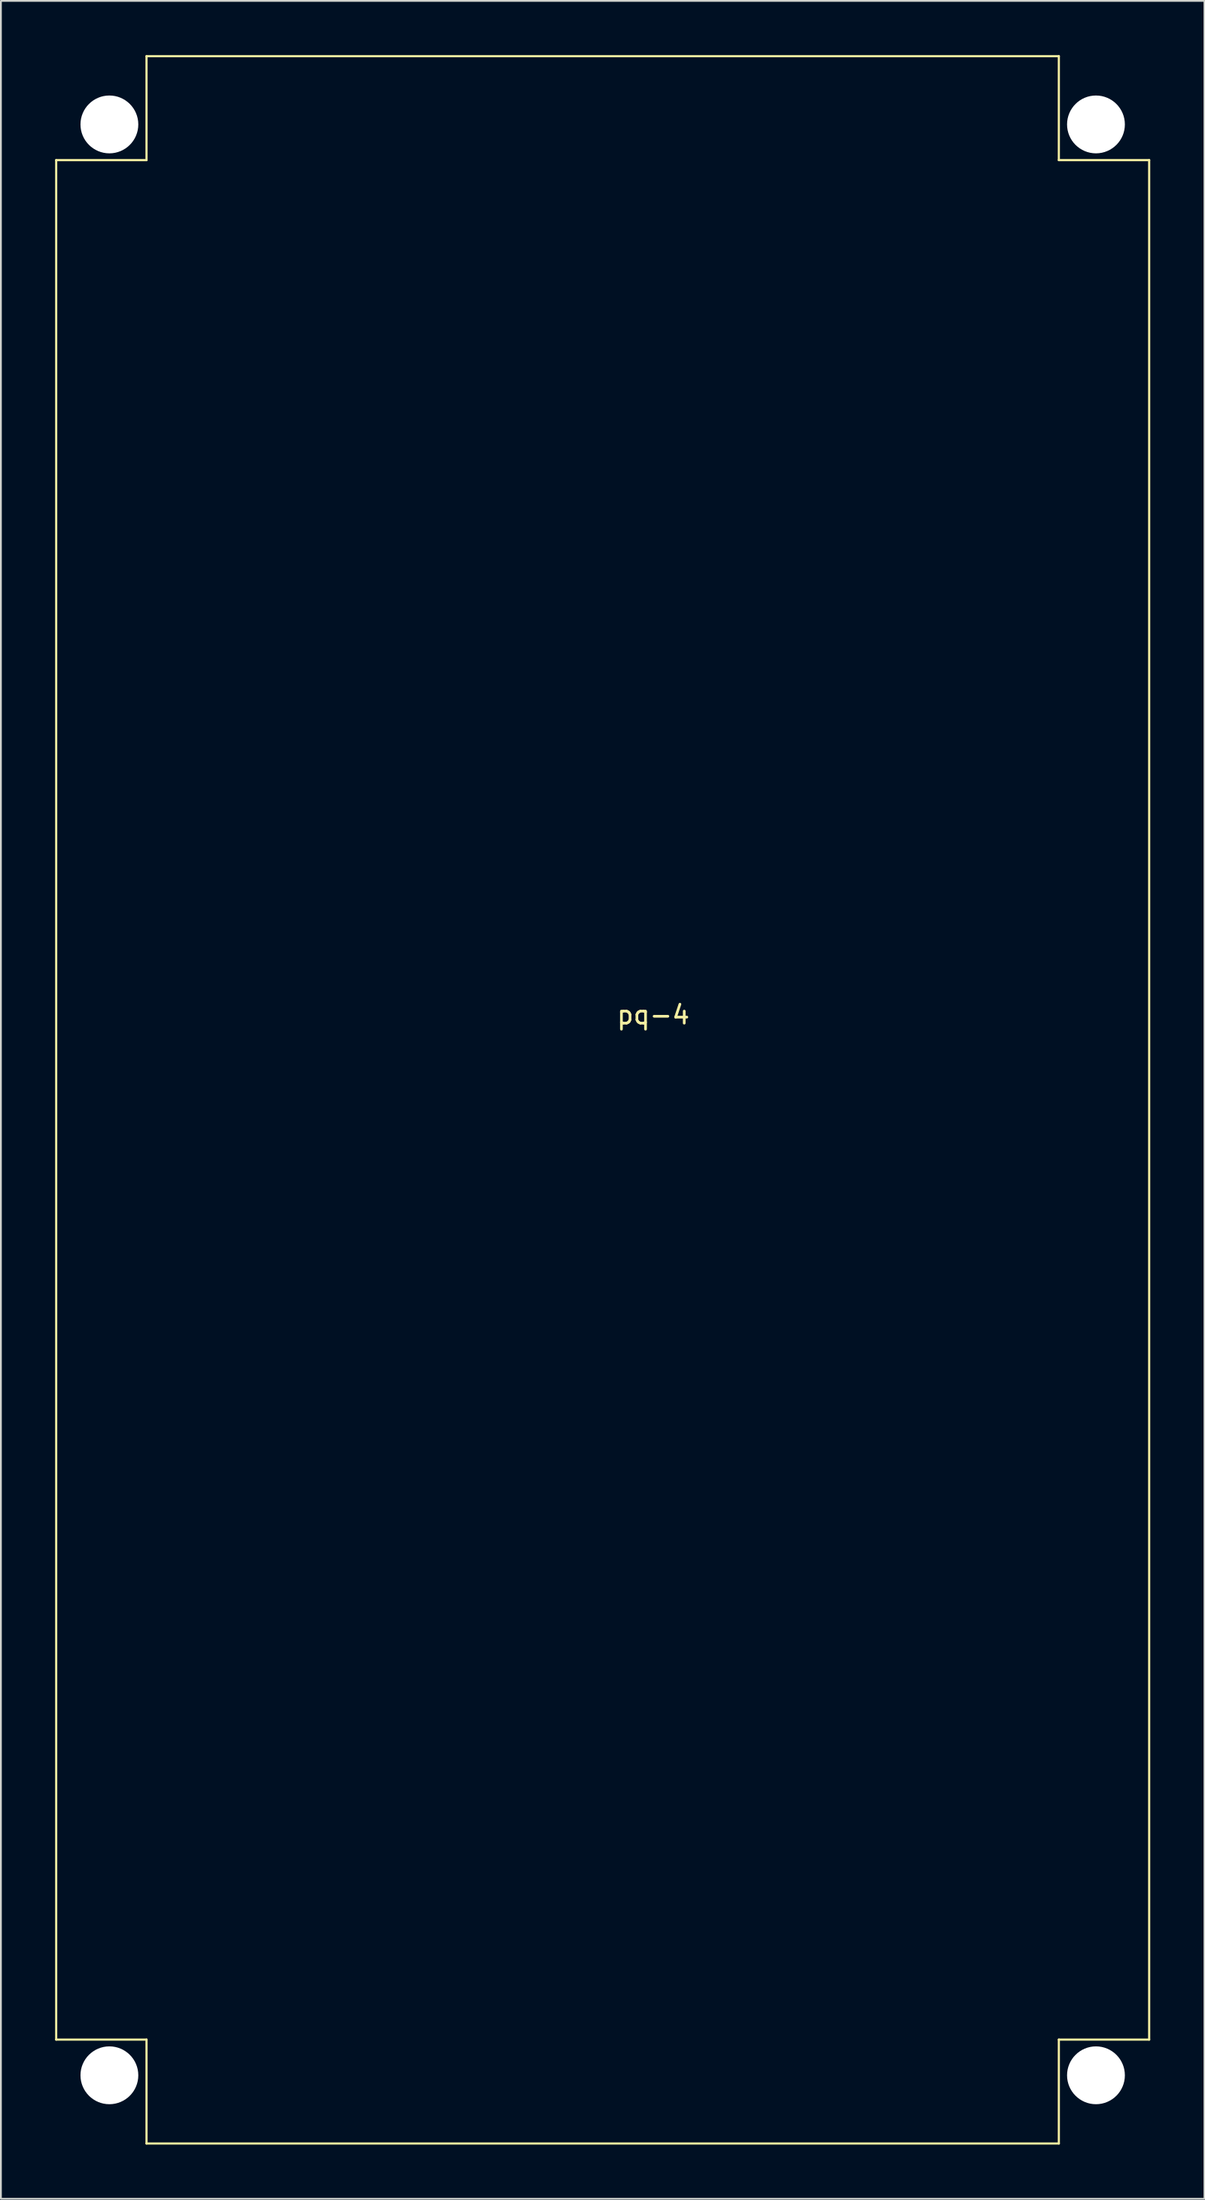
<source format=kicad_pcb>
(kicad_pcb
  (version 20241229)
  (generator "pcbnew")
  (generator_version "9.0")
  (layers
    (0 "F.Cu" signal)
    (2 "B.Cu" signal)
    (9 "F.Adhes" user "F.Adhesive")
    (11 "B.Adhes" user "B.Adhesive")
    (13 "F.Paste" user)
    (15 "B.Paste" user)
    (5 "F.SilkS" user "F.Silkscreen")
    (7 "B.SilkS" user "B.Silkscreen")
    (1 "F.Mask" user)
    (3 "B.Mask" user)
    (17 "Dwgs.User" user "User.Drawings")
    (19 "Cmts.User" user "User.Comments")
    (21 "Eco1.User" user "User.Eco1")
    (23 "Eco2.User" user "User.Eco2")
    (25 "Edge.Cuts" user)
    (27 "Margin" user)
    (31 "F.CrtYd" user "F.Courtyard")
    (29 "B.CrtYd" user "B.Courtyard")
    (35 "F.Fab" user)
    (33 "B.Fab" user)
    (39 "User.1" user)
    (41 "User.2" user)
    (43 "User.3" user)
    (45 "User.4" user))
  (footprint "pq-4"
    (layer "F.Cu")
    (at 30.31 57.81)
    (property "Reference" "pq-4" (at 2.8 -4.7 0) (layer "F.SilkS") (effects (font (size 1 1) (thickness 0.15))))
    (attr through_hole)
    (fp_line (start -30.25 -52) (end -25.25 -52) (stroke (width 0.12) (type solid)) (layer "F.SilkS"))
    (fp_line (start -30.25 52) (end -30.25 -52) (stroke (width 0.12) (type solid)) (layer "F.SilkS"))
    (fp_line (start -25.25 -57.75) (end 25.25 -57.75) (stroke (width 0.12) (type solid)) (layer "F.SilkS"))
    (fp_line (start -25.25 -52) (end -25.25 -57.75) (stroke (width 0.12) (type solid)) (layer "F.SilkS"))
    (fp_line (start -25.25 52) (end -30.25 52) (stroke (width 0.12) (type solid)) (layer "F.SilkS"))
    (fp_line (start -25.25 57.75) (end -25.25 52) (stroke (width 0.12) (type solid)) (layer "F.SilkS"))
    (fp_line (start 25.25 -57.75) (end 25.25 -52) (stroke (width 0.12) (type solid)) (layer "F.SilkS"))
    (fp_line (start 25.25 -52) (end 30.25 -52) (stroke (width 0.12) (type solid)) (layer "F.SilkS"))
    (fp_line (start 25.25 52) (end 25.25 57.75) (stroke (width 0.12) (type solid)) (layer "F.SilkS"))
    (fp_line (start 25.25 57.75) (end -25.25 57.75) (stroke (width 0.12) (type solid)) (layer "F.SilkS"))
    (fp_line (start 30.25 -52) (end 30.25 52) (stroke (width 0.12) (type solid)) (layer "F.SilkS"))
    (fp_line (start 30.25 52) (end 25.25 52) (stroke (width 0.12) (type solid)) (layer "F.SilkS"))
    (pad "" np_thru_hole circle (at -27.305 -53.975) (size 3.2 3.2) (drill 3.2) (layers "*.Cu" "*.Mask"))
    (pad "" np_thru_hole circle (at -27.305 53.975) (size 3.2 3.2) (drill 3.2) (layers "*.Cu" "*.Mask"))
    (pad "" np_thru_hole circle (at 27.305 -53.975) (size 3.2 3.2) (drill 3.2) (layers "*.Cu" "*.Mask"))
    (pad "" np_thru_hole circle (at 27.305 53.975) (size 3.2 3.2) (drill 3.2) (layers "*.Cu" "*.Mask")))
  (gr_rect
    (start -3 -3)
    (end 63.62 118.62)
    (stroke (width 0.1) (type default))
    (fill no)
    (layer "Edge.Cuts")))
</source>
